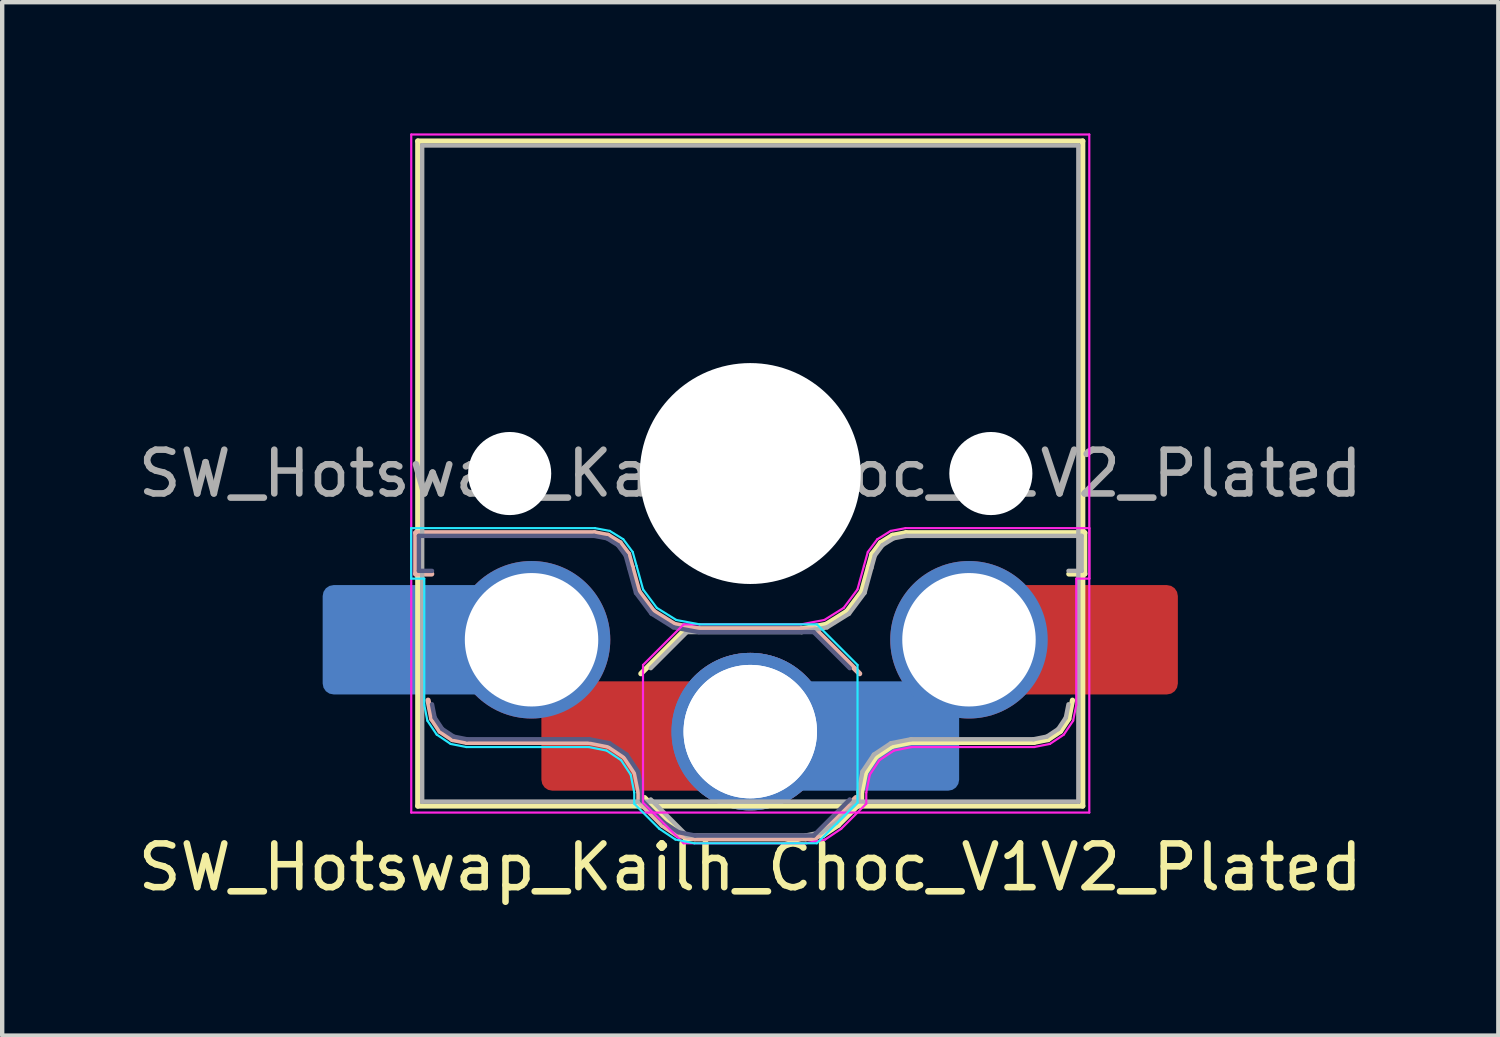
<source format=kicad_pcb>
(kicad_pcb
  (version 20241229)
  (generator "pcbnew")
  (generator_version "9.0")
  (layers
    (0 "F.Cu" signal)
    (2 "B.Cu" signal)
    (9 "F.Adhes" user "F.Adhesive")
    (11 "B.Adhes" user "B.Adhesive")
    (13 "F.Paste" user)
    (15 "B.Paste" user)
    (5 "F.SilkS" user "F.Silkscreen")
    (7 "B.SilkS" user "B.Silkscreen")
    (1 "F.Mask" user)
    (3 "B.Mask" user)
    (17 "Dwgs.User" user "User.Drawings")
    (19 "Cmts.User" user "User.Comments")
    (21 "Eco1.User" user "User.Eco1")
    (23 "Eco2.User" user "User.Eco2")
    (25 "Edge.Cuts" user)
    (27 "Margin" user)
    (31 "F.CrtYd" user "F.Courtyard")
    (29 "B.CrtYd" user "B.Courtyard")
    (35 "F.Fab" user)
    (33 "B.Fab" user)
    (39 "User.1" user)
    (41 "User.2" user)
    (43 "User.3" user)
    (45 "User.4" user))
  (footprint "SW_Hotswap_Kailh_Choc_V1V2_Plated"
    (layer "F.Cu")
    (at 14.101 7.775)
    (property "Reference" "SW_Hotswap_Kailh_Choc_V1V2_Plated" (at 0 9 0) (layer "F.SilkS") (effects (font (size 1 1) (thickness 0.15))))
    (attr smd)
    (fp_line (start -7.6 -7.6) (end -7.6 7.6) (stroke (width 0.12) (type solid)) (layer "F.SilkS"))
    (fp_line (start -7.6 7.6) (end 7.6 7.6) (stroke (width 0.12) (type solid)) (layer "F.SilkS"))
    (fp_line (start -2.416 7.409) (end -1.479 8.346) (stroke (width 0.12) (type solid)) (layer "F.SilkS"))
    (fp_line (start -1.479 3.554) (end -2.5 4.575) (stroke (width 0.12) (type solid)) (layer "F.SilkS"))
    (fp_line (start -1.479 8.346) (end 1.268 8.346) (stroke (width 0.12) (type solid)) (layer "F.SilkS"))
    (fp_line (start 1.168 3.554) (end -1.479 3.554) (stroke (width 0.12) (type solid)) (layer "F.SilkS"))
    (fp_line (start 1.268 8.346) (end 1.671 8.266) (stroke (width 0.12) (type solid)) (layer "F.SilkS"))
    (fp_line (start 1.671 8.266) (end 2.013 8.037) (stroke (width 0.12) (type solid)) (layer "F.SilkS"))
    (fp_line (start 1.73 3.449) (end 1.168 3.554) (stroke (width 0.12) (type solid)) (layer "F.SilkS"))
    (fp_line (start 2.013 8.037) (end 2.546 7.504) (stroke (width 0.12) (type solid)) (layer "F.SilkS"))
    (fp_line (start 2.209 3.15) (end 1.73 3.449) (stroke (width 0.12) (type solid)) (layer "F.SilkS"))
    (fp_line (start 2.546 7.282) (end 2.633 6.844) (stroke (width 0.12) (type solid)) (layer "F.SilkS"))
    (fp_line (start 2.546 7.504) (end 2.546 7.282) (stroke (width 0.12) (type solid)) (layer "F.SilkS"))
    (fp_line (start 2.547 2.697) (end 2.209 3.15) (stroke (width 0.12) (type solid)) (layer "F.SilkS"))
    (fp_line (start 2.633 6.844) (end 2.877 6.477) (stroke (width 0.12) (type solid)) (layer "F.SilkS"))
    (fp_line (start 2.701 2.139) (end 2.547 2.697) (stroke (width 0.12) (type solid)) (layer "F.SilkS"))
    (fp_line (start 2.783 1.841) (end 2.701 2.139) (stroke (width 0.12) (type solid)) (layer "F.SilkS"))
    (fp_line (start 2.877 6.477) (end 3.244 6.233) (stroke (width 0.12) (type solid)) (layer "F.SilkS"))
    (fp_line (start 2.976 1.583) (end 2.783 1.841) (stroke (width 0.12) (type solid)) (layer "F.SilkS"))
    (fp_line (start 3.244 6.233) (end 3.682 6.146) (stroke (width 0.12) (type solid)) (layer "F.SilkS"))
    (fp_line (start 3.25 1.413) (end 2.976 1.583) (stroke (width 0.12) (type solid)) (layer "F.SilkS"))
    (fp_line (start 3.56 1.354) (end 3.25 1.413) (stroke (width 0.12) (type solid)) (layer "F.SilkS"))
    (fp_line (start 3.682 6.146) (end 6.482 6.146) (stroke (width 0.12) (type solid)) (layer "F.SilkS"))
    (fp_line (start 6.482 6.146) (end 6.809 6.081) (stroke (width 0.12) (type solid)) (layer "F.SilkS"))
    (fp_line (start 6.809 6.081) (end 7.092 5.892) (stroke (width 0.12) (type solid)) (layer "F.SilkS"))
    (fp_line (start 7.092 5.892) (end 7.281 5.609) (stroke (width 0.12) (type solid)) (layer "F.SilkS"))
    (fp_line (start 7.281 5.609) (end 7.366 5.182) (stroke (width 0.12) (type solid)) (layer "F.SilkS"))
    (fp_line (start 7.283 2.296) (end 7.646 2.296) (stroke (width 0.12) (type solid)) (layer "F.SilkS"))
    (fp_line (start 7.6 -7.6) (end -7.6 -7.6) (stroke (width 0.12) (type solid)) (layer "F.SilkS"))
    (fp_line (start 7.6 7.6) (end 7.6 -7.6) (stroke (width 0.12) (type solid)) (layer "F.SilkS"))
    (fp_line (start 7.646 1.354) (end 3.56 1.354) (stroke (width 0.12) (type solid)) (layer "F.SilkS"))
    (fp_line (start 7.646 2.296) (end 7.646 1.354) (stroke (width 0.12) (type solid)) (layer "F.SilkS"))
    (fp_line (start -7.646 1.354) (end -3.56 1.354) (stroke (width 0.12) (type solid)) (layer "B.SilkS"))
    (fp_line (start -7.646 2.296) (end -7.646 1.354) (stroke (width 0.12) (type solid)) (layer "B.SilkS"))
    (fp_line (start -7.283 2.296) (end -7.646 2.296) (stroke (width 0.12) (type solid)) (layer "B.SilkS"))
    (fp_line (start -7.281 5.609) (end -7.366 5.182) (stroke (width 0.12) (type solid)) (layer "B.SilkS"))
    (fp_line (start -7.092 5.892) (end -7.281 5.609) (stroke (width 0.12) (type solid)) (layer "B.SilkS"))
    (fp_line (start -6.809 6.081) (end -7.092 5.892) (stroke (width 0.12) (type solid)) (layer "B.SilkS"))
    (fp_line (start -6.482 6.146) (end -6.809 6.081) (stroke (width 0.12) (type solid)) (layer "B.SilkS"))
    (fp_line (start -3.682 6.146) (end -6.482 6.146) (stroke (width 0.12) (type solid)) (layer "B.SilkS"))
    (fp_line (start -3.56 1.354) (end -3.25 1.413) (stroke (width 0.12) (type solid)) (layer "B.SilkS"))
    (fp_line (start -3.25 1.413) (end -2.976 1.583) (stroke (width 0.12) (type solid)) (layer "B.SilkS"))
    (fp_line (start -3.244 6.233) (end -3.682 6.146) (stroke (width 0.12) (type solid)) (layer "B.SilkS"))
    (fp_line (start -2.976 1.583) (end -2.783 1.841) (stroke (width 0.12) (type solid)) (layer "B.SilkS"))
    (fp_line (start -2.877 6.477) (end -3.244 6.233) (stroke (width 0.12) (type solid)) (layer "B.SilkS"))
    (fp_line (start -2.783 1.841) (end -2.701 2.139) (stroke (width 0.12) (type solid)) (layer "B.SilkS"))
    (fp_line (start -2.701 2.139) (end -2.547 2.697) (stroke (width 0.12) (type solid)) (layer "B.SilkS"))
    (fp_line (start -2.633 6.844) (end -2.877 6.477) (stroke (width 0.12) (type solid)) (layer "B.SilkS"))
    (fp_line (start -2.547 2.697) (end -2.209 3.15) (stroke (width 0.12) (type solid)) (layer "B.SilkS"))
    (fp_line (start -2.546 7.282) (end -2.633 6.844) (stroke (width 0.12) (type solid)) (layer "B.SilkS"))
    (fp_line (start -2.546 7.504) (end -2.546 7.282) (stroke (width 0.12) (type solid)) (layer "B.SilkS"))
    (fp_line (start -2.209 3.15) (end -1.73 3.449) (stroke (width 0.12) (type solid)) (layer "B.SilkS"))
    (fp_line (start -2.013 8.037) (end -2.546 7.504) (stroke (width 0.12) (type solid)) (layer "B.SilkS"))
    (fp_line (start -1.73 3.449) (end -1.168 3.554) (stroke (width 0.12) (type solid)) (layer "B.SilkS"))
    (fp_line (start -1.671 8.266) (end -2.013 8.037) (stroke (width 0.12) (type solid)) (layer "B.SilkS"))
    (fp_line (start -1.268 8.346) (end -1.671 8.266) (stroke (width 0.12) (type solid)) (layer "B.SilkS"))
    (fp_line (start -1.168 3.554) (end 1.479 3.554) (stroke (width 0.12) (type solid)) (layer "B.SilkS"))
    (fp_line (start 1.479 3.554) (end 2.5 4.575) (stroke (width 0.12) (type solid)) (layer "B.SilkS"))
    (fp_line (start 1.479 8.346) (end -1.268 8.346) (stroke (width 0.12) (type solid)) (layer "B.SilkS"))
    (fp_line (start 2.416 7.409) (end 1.479 8.346) (stroke (width 0.12) (type solid)) (layer "B.SilkS"))
    (fp_line (start -7.25 -7.25) (end -7.25 7.25) (stroke (width 0.1) (type solid)) (layer "Eco1.User"))
    (fp_line (start -7.25 7.25) (end 7.25 7.25) (stroke (width 0.1) (type solid)) (layer "Eco1.User"))
    (fp_line (start 7.25 -7.25) (end -7.25 -7.25) (stroke (width 0.1) (type solid)) (layer "Eco1.User"))
    (fp_line (start 7.25 7.25) (end 7.25 -7.25) (stroke (width 0.1) (type solid)) (layer "Eco1.User"))
    (fp_line (start -2.6 -3.5) (end -2.6 -6.7) (stroke (width 0.15) (type solid)) (layer "Eco2.User"))
    (fp_line (start -2.6 -3.5) (end 2.6 -3.5) (stroke (width 0.15) (type solid)) (layer "Eco2.User"))
    (fp_line (start 2.6 -6.7) (end -2.6 -6.7) (stroke (width 0.15) (type solid)) (layer "Eco2.User"))
    (fp_line (start 2.6 -3.5) (end 2.6 -6.7) (stroke (width 0.15) (type solid)) (layer "Eco2.User"))
    (fp_line (start -7.752 1.248) (end -3.55 1.248) (stroke (width 0.05) (type solid)) (layer "B.CrtYd"))
    (fp_line (start -7.752 2.402) (end -7.752 1.248) (stroke (width 0.05) (type solid)) (layer "B.CrtYd"))
    (fp_line (start -7.452 2.402) (end -7.752 2.402) (stroke (width 0.05) (type solid)) (layer "B.CrtYd"))
    (fp_line (start -7.452 5.292) (end -7.452 2.402) (stroke (width 0.05) (type solid)) (layer "B.CrtYd"))
    (fp_line (start -7.381 5.65) (end -7.452 5.292) (stroke (width 0.05) (type solid)) (layer "B.CrtYd"))
    (fp_line (start -7.168 5.968) (end -7.381 5.65) (stroke (width 0.05) (type solid)) (layer "B.CrtYd"))
    (fp_line (start -6.85 6.181) (end -7.168 5.968) (stroke (width 0.05) (type solid)) (layer "B.CrtYd"))
    (fp_line (start -6.492 6.252) (end -6.85 6.181) (stroke (width 0.05) (type solid)) (layer "B.CrtYd"))
    (fp_line (start -3.692 6.252) (end -6.492 6.252) (stroke (width 0.05) (type solid)) (layer "B.CrtYd"))
    (fp_line (start -3.55 1.248) (end -3.211 1.312) (stroke (width 0.05) (type solid)) (layer "B.CrtYd"))
    (fp_line (start -3.285 6.333) (end -3.692 6.252) (stroke (width 0.05) (type solid)) (layer "B.CrtYd"))
    (fp_line (start -3.211 1.312) (end -2.903 1.503) (stroke (width 0.05) (type solid)) (layer "B.CrtYd"))
    (fp_line (start -2.953 6.553) (end -3.285 6.333) (stroke (width 0.05) (type solid)) (layer "B.CrtYd"))
    (fp_line (start -2.903 1.503) (end -2.687 1.794) (stroke (width 0.05) (type solid)) (layer "B.CrtYd"))
    (fp_line (start -2.733 6.885) (end -2.953 6.553) (stroke (width 0.05) (type solid)) (layer "B.CrtYd"))
    (fp_line (start -2.687 1.794) (end -2.599 2.111) (stroke (width 0.05) (type solid)) (layer "B.CrtYd"))
    (fp_line (start -2.652 7.292) (end -2.733 6.885) (stroke (width 0.05) (type solid)) (layer "B.CrtYd"))
    (fp_line (start -2.652 7.548) (end -2.652 7.292) (stroke (width 0.05) (type solid)) (layer "B.CrtYd"))
    (fp_line (start -2.599 2.111) (end -2.45 2.65) (stroke (width 0.05) (type solid)) (layer "B.CrtYd"))
    (fp_line (start -2.45 2.65) (end -2.136 3.071) (stroke (width 0.05) (type solid)) (layer "B.CrtYd"))
    (fp_line (start -2.136 3.071) (end -1.691 3.348) (stroke (width 0.05) (type solid)) (layer "B.CrtYd"))
    (fp_line (start -2.081 8.119) (end -2.652 7.548) (stroke (width 0.05) (type solid)) (layer "B.CrtYd"))
    (fp_line (start -1.712 8.366) (end -2.081 8.119) (stroke (width 0.05) (type solid)) (layer "B.CrtYd"))
    (fp_line (start -1.691 3.348) (end -1.159 3.448) (stroke (width 0.05) (type solid)) (layer "B.CrtYd"))
    (fp_line (start -1.278 8.452) (end -1.712 8.366) (stroke (width 0.05) (type solid)) (layer "B.CrtYd"))
    (fp_line (start -1.159 3.448) (end 1.523 3.448) (stroke (width 0.05) (type solid)) (layer "B.CrtYd"))
    (fp_line (start 1.523 3.448) (end 2.452 4.377) (stroke (width 0.05) (type solid)) (layer "B.CrtYd"))
    (fp_line (start 1.523 8.452) (end -1.278 8.452) (stroke (width 0.05) (type solid)) (layer "B.CrtYd"))
    (fp_line (start 2.452 4.377) (end 2.452 7.523) (stroke (width 0.05) (type solid)) (layer "B.CrtYd"))
    (fp_line (start 2.452 7.523) (end 1.523 8.452) (stroke (width 0.05) (type solid)) (layer "B.CrtYd"))
    (fp_line (start -7.75 -7.75) (end -7.75 7.75) (stroke (width 0.05) (type solid)) (layer "F.CrtYd"))
    (fp_line (start -7.75 7.75) (end 7.75 7.75) (stroke (width 0.05) (type solid)) (layer "F.CrtYd"))
    (fp_line (start -2.452 4.377) (end -2.452 7.523) (stroke (width 0.05) (type solid)) (layer "F.CrtYd"))
    (fp_line (start -2.452 7.523) (end -1.523 8.452) (stroke (width 0.05) (type solid)) (layer "F.CrtYd"))
    (fp_line (start -1.523 3.448) (end -2.452 4.377) (stroke (width 0.05) (type solid)) (layer "F.CrtYd"))
    (fp_line (start -1.523 8.452) (end 1.278 8.452) (stroke (width 0.05) (type solid)) (layer "F.CrtYd"))
    (fp_line (start 1.159 3.448) (end -1.523 3.448) (stroke (width 0.05) (type solid)) (layer "F.CrtYd"))
    (fp_line (start 1.278 8.452) (end 1.712 8.366) (stroke (width 0.05) (type solid)) (layer "F.CrtYd"))
    (fp_line (start 1.691 3.348) (end 1.159 3.448) (stroke (width 0.05) (type solid)) (layer "F.CrtYd"))
    (fp_line (start 1.712 8.366) (end 2.081 8.119) (stroke (width 0.05) (type solid)) (layer "F.CrtYd"))
    (fp_line (start 2.081 8.119) (end 2.652 7.548) (stroke (width 0.05) (type solid)) (layer "F.CrtYd"))
    (fp_line (start 2.136 3.071) (end 1.691 3.348) (stroke (width 0.05) (type solid)) (layer "F.CrtYd"))
    (fp_line (start 2.45 2.65) (end 2.136 3.071) (stroke (width 0.05) (type solid)) (layer "F.CrtYd"))
    (fp_line (start 2.599 2.111) (end 2.45 2.65) (stroke (width 0.05) (type solid)) (layer "F.CrtYd"))
    (fp_line (start 2.652 7.292) (end 2.733 6.885) (stroke (width 0.05) (type solid)) (layer "F.CrtYd"))
    (fp_line (start 2.652 7.548) (end 2.652 7.292) (stroke (width 0.05) (type solid)) (layer "F.CrtYd"))
    (fp_line (start 2.687 1.794) (end 2.599 2.111) (stroke (width 0.05) (type solid)) (layer "F.CrtYd"))
    (fp_line (start 2.733 6.885) (end 2.953 6.553) (stroke (width 0.05) (type solid)) (layer "F.CrtYd"))
    (fp_line (start 2.903 1.503) (end 2.687 1.794) (stroke (width 0.05) (type solid)) (layer "F.CrtYd"))
    (fp_line (start 2.953 6.553) (end 3.285 6.333) (stroke (width 0.05) (type solid)) (layer "F.CrtYd"))
    (fp_line (start 3.211 1.312) (end 2.903 1.503) (stroke (width 0.05) (type solid)) (layer "F.CrtYd"))
    (fp_line (start 3.285 6.333) (end 3.692 6.252) (stroke (width 0.05) (type solid)) (layer "F.CrtYd"))
    (fp_line (start 3.55 1.248) (end 3.211 1.312) (stroke (width 0.05) (type solid)) (layer "F.CrtYd"))
    (fp_line (start 3.692 6.252) (end 6.492 6.252) (stroke (width 0.05) (type solid)) (layer "F.CrtYd"))
    (fp_line (start 6.492 6.252) (end 6.85 6.181) (stroke (width 0.05) (type solid)) (layer "F.CrtYd"))
    (fp_line (start 6.85 6.181) (end 7.168 5.968) (stroke (width 0.05) (type solid)) (layer "F.CrtYd"))
    (fp_line (start 7.168 5.968) (end 7.381 5.65) (stroke (width 0.05) (type solid)) (layer "F.CrtYd"))
    (fp_line (start 7.381 5.65) (end 7.452 5.292) (stroke (width 0.05) (type solid)) (layer "F.CrtYd"))
    (fp_line (start 7.452 2.402) (end 7.752 2.402) (stroke (width 0.05) (type solid)) (layer "F.CrtYd"))
    (fp_line (start 7.452 5.292) (end 7.452 2.402) (stroke (width 0.05) (type solid)) (layer "F.CrtYd"))
    (fp_line (start 7.75 -7.75) (end -7.75 -7.75) (stroke (width 0.05) (type solid)) (layer "F.CrtYd"))
    (fp_line (start 7.75 7.75) (end 7.75 -7.75) (stroke (width 0.05) (type solid)) (layer "F.CrtYd"))
    (fp_line (start 7.752 1.248) (end 3.55 1.248) (stroke (width 0.05) (type solid)) (layer "F.CrtYd"))
    (fp_line (start 7.752 2.402) (end 7.752 1.248) (stroke (width 0.05) (type solid)) (layer "F.CrtYd"))
    (fp_line (start -7.575 1.425) (end -3.567 1.425) (stroke (width 0.1) (type solid)) (layer "B.Fab"))
    (fp_line (start -7.575 2.225) (end -7.575 1.425) (stroke (width 0.1) (type solid)) (layer "B.Fab"))
    (fp_line (start -7.275 2.225) (end -7.575 2.225) (stroke (width 0.1) (type solid)) (layer "B.Fab"))
    (fp_line (start -7.214 5.581) (end -7.275 5.275) (stroke (width 0.1) (type solid)) (layer "B.Fab"))
    (fp_line (start -7.041 5.841) (end -7.214 5.581) (stroke (width 0.1) (type solid)) (layer "B.Fab"))
    (fp_line (start -6.781 6.014) (end -7.041 5.841) (stroke (width 0.1) (type solid)) (layer "B.Fab"))
    (fp_line (start -6.475 6.075) (end -6.781 6.014) (stroke (width 0.1) (type solid)) (layer "B.Fab"))
    (fp_line (start -3.675 6.075) (end -6.475 6.075) (stroke (width 0.1) (type solid)) (layer "B.Fab"))
    (fp_line (start -3.567 1.425) (end -3.276 1.48) (stroke (width 0.1) (type solid)) (layer "B.Fab"))
    (fp_line (start -3.276 1.48) (end -3.025 1.636) (stroke (width 0.1) (type solid)) (layer "B.Fab"))
    (fp_line (start -3.216 6.166) (end -3.675 6.075) (stroke (width 0.1) (type solid)) (layer "B.Fab"))
    (fp_line (start -3.025 1.636) (end -2.848 1.873) (stroke (width 0.1) (type solid)) (layer "B.Fab"))
    (fp_line (start -2.848 1.873) (end -2.769 2.158) (stroke (width 0.1) (type solid)) (layer "B.Fab"))
    (fp_line (start -2.826 6.426) (end -3.216 6.166) (stroke (width 0.1) (type solid)) (layer "B.Fab"))
    (fp_line (start -2.769 2.158) (end -2.612 2.729) (stroke (width 0.1) (type solid)) (layer "B.Fab"))
    (fp_line (start -2.612 2.729) (end -2.258 3.203) (stroke (width 0.1) (type solid)) (layer "B.Fab"))
    (fp_line (start -2.566 6.816) (end -2.826 6.426) (stroke (width 0.1) (type solid)) (layer "B.Fab"))
    (fp_line (start -2.475 7.275) (end -2.566 6.816) (stroke (width 0.1) (type solid)) (layer "B.Fab"))
    (fp_line (start -2.475 7.475) (end -2.475 7.275) (stroke (width 0.1) (type solid)) (layer "B.Fab"))
    (fp_line (start -2.258 3.203) (end -1.756 3.516) (stroke (width 0.1) (type solid)) (layer "B.Fab"))
    (fp_line (start -1.968 7.982) (end -2.475 7.475) (stroke (width 0.1) (type solid)) (layer "B.Fab"))
    (fp_line (start -1.756 3.516) (end -1.175 3.625) (stroke (width 0.1) (type solid)) (layer "B.Fab"))
    (fp_line (start -1.643 8.199) (end -1.968 7.982) (stroke (width 0.1) (type solid)) (layer "B.Fab"))
    (fp_line (start -1.261 8.275) (end -1.643 8.199) (stroke (width 0.1) (type solid)) (layer "B.Fab"))
    (fp_line (start -1.175 3.625) (end 1.45 3.625) (stroke (width 0.1) (type solid)) (layer "B.Fab"))
    (fp_line (start 1.45 3.625) (end 2.275 4.45) (stroke (width 0.1) (type solid)) (layer "B.Fab"))
    (fp_line (start 1.45 8.275) (end -1.261 8.275) (stroke (width 0.1) (type solid)) (layer "B.Fab"))
    (fp_line (start 2.275 7.45) (end 1.45 8.275) (stroke (width 0.1) (type solid)) (layer "B.Fab"))
    (fp_line (start -7.5 -7.5) (end -7.5 7.5) (stroke (width 0.1) (type solid)) (layer "F.Fab"))
    (fp_line (start -7.5 7.5) (end 7.5 7.5) (stroke (width 0.1) (type solid)) (layer "F.Fab"))
    (fp_line (start -2.275 7.45) (end -1.45 8.275) (stroke (width 0.1) (type solid)) (layer "F.Fab"))
    (fp_line (start -1.45 3.625) (end -2.275 4.45) (stroke (width 0.1) (type solid)) (layer "F.Fab"))
    (fp_line (start -1.45 8.275) (end 1.261 8.275) (stroke (width 0.1) (type solid)) (layer "F.Fab"))
    (fp_line (start 1.175 3.625) (end -1.45 3.625) (stroke (width 0.1) (type solid)) (layer "F.Fab"))
    (fp_line (start 1.261 8.275) (end 1.643 8.199) (stroke (width 0.1) (type solid)) (layer "F.Fab"))
    (fp_line (start 1.643 8.199) (end 1.968 7.982) (stroke (width 0.1) (type solid)) (layer "F.Fab"))
    (fp_line (start 1.756 3.516) (end 1.175 3.625) (stroke (width 0.1) (type solid)) (layer "F.Fab"))
    (fp_line (start 1.968 7.982) (end 2.475 7.475) (stroke (width 0.1) (type solid)) (layer "F.Fab"))
    (fp_line (start 2.258 3.203) (end 1.756 3.516) (stroke (width 0.1) (type solid)) (layer "F.Fab"))
    (fp_line (start 2.475 7.275) (end 2.566 6.816) (stroke (width 0.1) (type solid)) (layer "F.Fab"))
    (fp_line (start 2.475 7.475) (end 2.475 7.275) (stroke (width 0.1) (type solid)) (layer "F.Fab"))
    (fp_line (start 2.566 6.816) (end 2.826 6.426) (stroke (width 0.1) (type solid)) (layer "F.Fab"))
    (fp_line (start 2.612 2.729) (end 2.258 3.203) (stroke (width 0.1) (type solid)) (layer "F.Fab"))
    (fp_line (start 2.769 2.158) (end 2.612 2.729) (stroke (width 0.1) (type solid)) (layer "F.Fab"))
    (fp_line (start 2.826 6.426) (end 3.216 6.166) (stroke (width 0.1) (type solid)) (layer "F.Fab"))
    (fp_line (start 2.848 1.873) (end 2.769 2.158) (stroke (width 0.1) (type solid)) (layer "F.Fab"))
    (fp_line (start 3.025 1.636) (end 2.848 1.873) (stroke (width 0.1) (type solid)) (layer "F.Fab"))
    (fp_line (start 3.216 6.166) (end 3.675 6.075) (stroke (width 0.1) (type solid)) (layer "F.Fab"))
    (fp_line (start 3.276 1.48) (end 3.025 1.636) (stroke (width 0.1) (type solid)) (layer "F.Fab"))
    (fp_line (start 3.567 1.425) (end 3.276 1.48) (stroke (width 0.1) (type solid)) (layer "F.Fab"))
    (fp_line (start 3.675 6.075) (end 6.475 6.075) (stroke (width 0.1) (type solid)) (layer "F.Fab"))
    (fp_line (start 6.475 6.075) (end 6.781 6.014) (stroke (width 0.1) (type solid)) (layer "F.Fab"))
    (fp_line (start 6.781 6.014) (end 7.041 5.841) (stroke (width 0.1) (type solid)) (layer "F.Fab"))
    (fp_line (start 7.041 5.841) (end 7.214 5.581) (stroke (width 0.1) (type solid)) (layer "F.Fab"))
    (fp_line (start 7.214 5.581) (end 7.275 5.275) (stroke (width 0.1) (type solid)) (layer "F.Fab"))
    (fp_line (start 7.275 2.225) (end 7.575 2.225) (stroke (width 0.1) (type solid)) (layer "F.Fab"))
    (fp_line (start 7.5 -7.5) (end -7.5 -7.5) (stroke (width 0.1) (type solid)) (layer "F.Fab"))
    (fp_line (start 7.5 7.5) (end 7.5 -7.5) (stroke (width 0.1) (type solid)) (layer "F.Fab"))
    (fp_line (start 7.575 1.425) (end 3.567 1.425) (stroke (width 0.1) (type solid)) (layer "F.Fab"))
    (fp_line (start 7.575 2.225) (end 7.575 1.425) (stroke (width 0.1) (type solid)) (layer "F.Fab"))
    (fp_text user "${REFERENCE}" (at 0 0 0) (layer "F.Fab") (effects (font (size 1 1) (thickness 0.15))))
    (pad "" smd roundrect (at -8.5 3.8) (size 2.55 2.5) (layers "B.Mask" "B.Paste") (roundrect_rratio 0.1))
    (pad "" np_thru_hole circle (at -5.5 0) (size 1.9 1.9) (drill 1.9) (layers "*.Cu" "*.Mask"))
    (pad "" smd roundrect (at -3.5 6) (size 2.55 2.5) (layers "F.Mask" "F.Paste") (roundrect_rratio 0.1))
    (pad "" np_thru_hole circle (at 0 0) (size 5.05 5.05) (drill 5.05) (layers "*.Cu" "*.Mask"))
    (pad "" smd roundrect (at 3.5 6) (size 2.55 2.5) (layers "B.Mask" "B.Paste") (roundrect_rratio 0.1))
    (pad "" np_thru_hole circle (at 5.5 0) (size 1.9 1.9) (drill 1.9) (layers "*.Cu" "*.Mask"))
    (pad "" smd roundrect (at 8.5 3.8) (size 2.55 2.5) (layers "F.Mask" "F.Paste") (roundrect_rratio 0.1))
    (pad "1" smd roundrect (at -2.85 6) (size 3.85 2.5) (layers "F.Cu") (roundrect_rratio 0.1))
    (pad "1" thru_hole circle (at 0 5.9) (size 3.6 3.6) (drill 3.05) (layers "*.Cu" "*.Mask"))
    (pad "1" thru_hole circle (at 0 5.9) (size 3.6 3.6) (drill 3.05) (layers "*.Cu" "*.Mask"))
    (pad "1" smd roundrect (at 2.85 6) (size 3.85 2.5) (layers "B.Cu") (roundrect_rratio 0.1))
    (pad "2" smd roundrect (at -7.85 3.8) (size 3.85 2.5) (layers "B.Cu") (roundrect_rratio 0.1))
    (pad "2" thru_hole circle (at -5 3.8) (size 3.6 3.6) (drill 3.05) (layers "*.Cu" "*.Mask"))
    (pad "2" thru_hole circle (at 5 3.8) (size 3.6 3.6) (drill 3.05) (layers "*.Cu" "*.Mask"))
    (pad "2" smd roundrect (at 7.85 3.8) (size 3.85 2.5) (layers "F.Cu") (roundrect_rratio 0.1)))
  (gr_rect
    (start -3 -3)
    (end 31.202 20.623)
    (stroke (width 0.1) (type default))
    (fill no)
    (layer "Edge.Cuts")))
</source>
